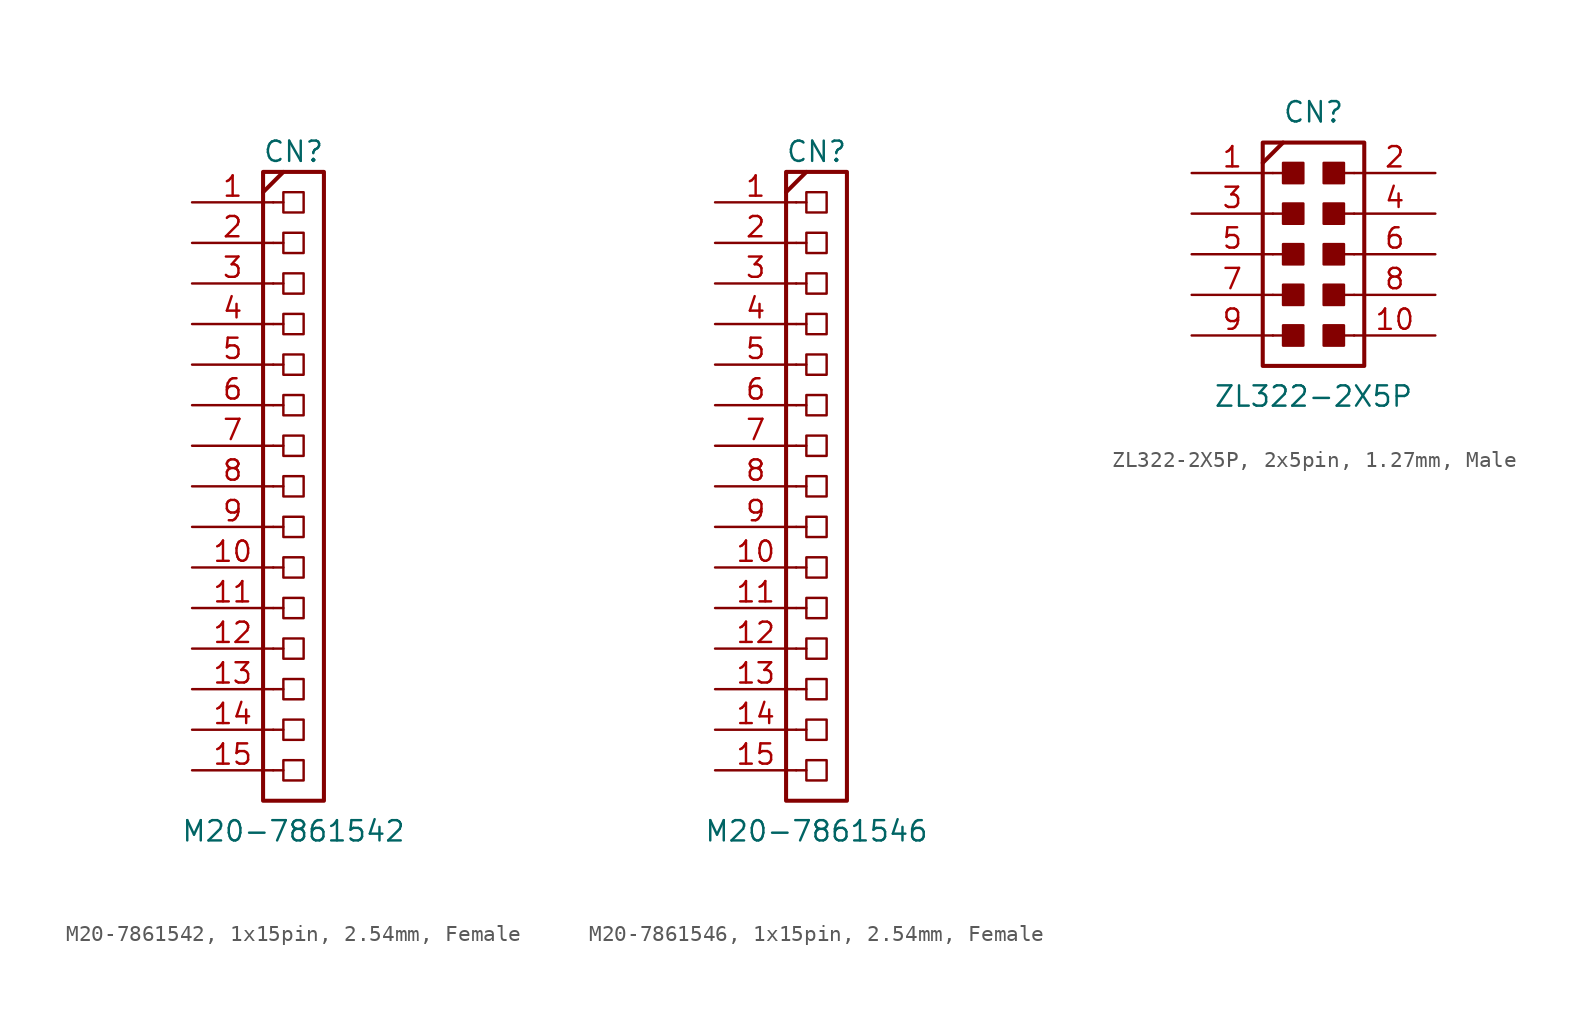
<source format=kicad_sym>
(kicad_symbol_lib
  (version 20241209)
  (generator "kicad_symbol_editor")
  (generator_version "9.0")
  (symbol "M20-7861542, 1x15pin, 2.54mm, Female"
    (pin_names
      (offset 1.016)
      (hide yes))
    (property "Reference" "CN"
      (at 0 20.955 0)
      (effects (font (size 1.27 1.27))))
    (property "Value" "M20-7861542"
      (at 0 -21.59 0)
      (effects (font (size 1.27 1.27))))
    (symbol "M20-7861542, 1x15pin, 2.54mm, Female_1_0"
      (polyline (pts (xy -1.905 18.415) (xy -0.635 19.685)) (stroke (width 0.254) (type default)) (fill (type none)))
      (polyline (pts (xy -1.27 17.78) (xy -0.635 17.78)) (stroke (width 0) (type default)) (fill (type none)))
      (polyline (pts (xy -1.27 15.24) (xy -0.635 15.24)) (stroke (width 0) (type default)) (fill (type none)))
      (polyline (pts (xy -1.27 12.7) (xy -0.635 12.7)) (stroke (width 0) (type default)) (fill (type none)))
      (polyline (pts (xy -1.27 10.16) (xy -0.635 10.16)) (stroke (width 0) (type default)) (fill (type none)))
      (polyline (pts (xy -1.27 7.62) (xy -0.635 7.62)) (stroke (width 0) (type default)) (fill (type none)))
      (polyline (pts (xy -1.27 5.08) (xy -0.635 5.08)) (stroke (width 0) (type default)) (fill (type none)))
      (polyline (pts (xy -1.27 2.54) (xy -0.635 2.54)) (stroke (width 0) (type default)) (fill (type none)))
      (polyline (pts (xy -1.27 0) (xy -0.635 0)) (stroke (width 0) (type default)) (fill (type none)))
      (polyline (pts (xy -1.27 -2.54) (xy -0.635 -2.54)) (stroke (width 0) (type default)) (fill (type none)))
      (polyline (pts (xy -1.27 -5.08) (xy -0.635 -5.08)) (stroke (width 0) (type default)) (fill (type none)))
      (polyline (pts (xy -1.27 -7.62) (xy -0.635 -7.62)) (stroke (width 0) (type default)) (fill (type none)))
      (polyline (pts (xy -1.27 -10.16) (xy -0.635 -10.16)) (stroke (width 0) (type default)) (fill (type none)))
      (polyline (pts (xy -1.27 -12.7) (xy -0.635 -12.7)) (stroke (width 0) (type default)) (fill (type none)))
      (polyline (pts (xy -1.27 -15.24) (xy -0.635 -15.24)) (stroke (width 0) (type default)) (fill (type none)))
      (polyline (pts (xy -1.27 -17.78) (xy -0.635 -17.78)) (stroke (width 0) (type default)) (fill (type none))))
    (symbol "M20-7861542, 1x15pin, 2.54mm, Female_1_1"
      (rectangle (start -1.905 19.685) (end 1.905 -19.685) (stroke (width 0.254) (type default)) (fill (type none)))
      (rectangle (start -0.635 17.145) (end 0.635 18.415) (stroke (width 0) (type default)) (fill (type none)))
      (rectangle (start -0.635 14.605) (end 0.635 15.875) (stroke (width 0) (type default)) (fill (type none)))
      (rectangle (start -0.635 12.065) (end 0.635 13.335) (stroke (width 0) (type default)) (fill (type none)))
      (rectangle (start -0.635 9.525) (end 0.635 10.795) (stroke (width 0) (type default)) (fill (type none)))
      (rectangle (start -0.635 6.985) (end 0.635 8.255) (stroke (width 0) (type default)) (fill (type none)))
      (rectangle (start -0.635 4.445) (end 0.635 5.715) (stroke (width 0) (type default)) (fill (type none)))
      (rectangle (start -0.635 1.905) (end 0.635 3.175) (stroke (width 0) (type default)) (fill (type none)))
      (rectangle (start -0.635 -0.635) (end 0.635 0.635) (stroke (width 0) (type default)) (fill (type none)))
      (rectangle (start -0.635 -3.175) (end 0.635 -1.905) (stroke (width 0) (type default)) (fill (type none)))
      (rectangle (start -0.635 -5.715) (end 0.635 -4.445) (stroke (width 0) (type default)) (fill (type none)))
      (rectangle (start -0.635 -8.255) (end 0.635 -6.985) (stroke (width 0) (type default)) (fill (type none)))
      (rectangle (start -0.635 -10.795) (end 0.635 -9.525) (stroke (width 0) (type default)) (fill (type none)))
      (rectangle (start -0.635 -13.335) (end 0.635 -12.065) (stroke (width 0) (type default)) (fill (type none)))
      (rectangle (start -0.635 -15.875) (end 0.635 -14.605) (stroke (width 0) (type default)) (fill (type none)))
      (rectangle (start -0.635 -18.415) (end 0.635 -17.145) (stroke (width 0) (type default)) (fill (type none)))
      (pin passive line (at -6.35 17.78 0) (length 5.08) (name "1" (effects (font (size 1.27 1.27)))) (number "1" (effects (font (size 1.27 1.27)))))
      (pin passive line (at -6.35 15.24 0) (length 5.08) (name "2" (effects (font (size 1.27 1.27)))) (number "2" (effects (font (size 1.27 1.27)))))
      (pin passive line (at -6.35 12.7 0) (length 5.08) (name "3" (effects (font (size 1.27 1.27)))) (number "3" (effects (font (size 1.27 1.27)))))
      (pin passive line (at -6.35 10.16 0) (length 5.08) (name "4" (effects (font (size 1.27 1.27)))) (number "4" (effects (font (size 1.27 1.27)))))
      (pin passive line (at -6.35 7.62 0) (length 5.08) (name "5" (effects (font (size 1.27 1.27)))) (number "5" (effects (font (size 1.27 1.27)))))
      (pin passive line (at -6.35 5.08 0) (length 5.08) (name "6" (effects (font (size 1.27 1.27)))) (number "6" (effects (font (size 1.27 1.27)))))
      (pin passive line (at -6.35 2.54 0) (length 5.08) (name "7" (effects (font (size 1.27 1.27)))) (number "7" (effects (font (size 1.27 1.27)))))
      (pin passive line (at -6.35 0 0) (length 5.08) (name "8" (effects (font (size 1.27 1.27)))) (number "8" (effects (font (size 1.27 1.27)))))
      (pin passive line (at -6.35 -2.54 0) (length 5.08) (name "1" (effects (font (size 1.27 1.27)))) (number "9" (effects (font (size 1.27 1.27)))))
      (pin passive line (at -6.35 -5.08 0) (length 5.08) (name "5" (effects (font (size 1.27 1.27)))) (number "10" (effects (font (size 1.27 1.27)))))
      (pin passive line (at -6.35 -7.62 0) (length 5.08) (name "2" (effects (font (size 1.27 1.27)))) (number "11" (effects (font (size 1.27 1.27)))))
      (pin passive line (at -6.35 -10.16 0) (length 5.08) (name "3" (effects (font (size 1.27 1.27)))) (number "12" (effects (font (size 1.27 1.27)))))
      (pin passive line (at -6.35 -12.7 0) (length 5.08) (name "6" (effects (font (size 1.27 1.27)))) (number "13" (effects (font (size 1.27 1.27)))))
      (pin passive line (at -6.35 -15.24 0) (length 5.08) (name "7" (effects (font (size 1.27 1.27)))) (number "14" (effects (font (size 1.27 1.27)))))
      (pin passive line (at -6.35 -17.78 0) (length 5.08) (name "4" (effects (font (size 1.27 1.27)))) (number "15" (effects (font (size 1.27 1.27)))))))
  (symbol "M20-7861546, 1x15pin, 2.54mm, Female"
    (pin_names
      (offset 1.016)
      (hide yes))
    (property "Reference" "CN"
      (at 0 20.955 0)
      (effects (font (size 1.27 1.27))))
    (property "Value" "M20-7861546"
      (at 0 -21.59 0)
      (effects (font (size 1.27 1.27))))
    (symbol "M20-7861546, 1x15pin, 2.54mm, Female_1_0"
      (polyline (pts (xy -1.905 18.415) (xy -0.635 19.685)) (stroke (width 0.254) (type default)) (fill (type none)))
      (polyline (pts (xy -1.27 17.78) (xy -0.635 17.78)) (stroke (width 0) (type default)) (fill (type none)))
      (polyline (pts (xy -1.27 15.24) (xy -0.635 15.24)) (stroke (width 0) (type default)) (fill (type none)))
      (polyline (pts (xy -1.27 12.7) (xy -0.635 12.7)) (stroke (width 0) (type default)) (fill (type none)))
      (polyline (pts (xy -1.27 10.16) (xy -0.635 10.16)) (stroke (width 0) (type default)) (fill (type none)))
      (polyline (pts (xy -1.27 7.62) (xy -0.635 7.62)) (stroke (width 0) (type default)) (fill (type none)))
      (polyline (pts (xy -1.27 5.08) (xy -0.635 5.08)) (stroke (width 0) (type default)) (fill (type none)))
      (polyline (pts (xy -1.27 2.54) (xy -0.635 2.54)) (stroke (width 0) (type default)) (fill (type none)))
      (polyline (pts (xy -1.27 0) (xy -0.635 0)) (stroke (width 0) (type default)) (fill (type none)))
      (polyline (pts (xy -1.27 -2.54) (xy -0.635 -2.54)) (stroke (width 0) (type default)) (fill (type none)))
      (polyline (pts (xy -1.27 -5.08) (xy -0.635 -5.08)) (stroke (width 0) (type default)) (fill (type none)))
      (polyline (pts (xy -1.27 -7.62) (xy -0.635 -7.62)) (stroke (width 0) (type default)) (fill (type none)))
      (polyline (pts (xy -1.27 -10.16) (xy -0.635 -10.16)) (stroke (width 0) (type default)) (fill (type none)))
      (polyline (pts (xy -1.27 -12.7) (xy -0.635 -12.7)) (stroke (width 0) (type default)) (fill (type none)))
      (polyline (pts (xy -1.27 -15.24) (xy -0.635 -15.24)) (stroke (width 0) (type default)) (fill (type none)))
      (polyline (pts (xy -1.27 -17.78) (xy -0.635 -17.78)) (stroke (width 0) (type default)) (fill (type none))))
    (symbol "M20-7861546, 1x15pin, 2.54mm, Female_1_1"
      (rectangle (start -1.905 19.685) (end 1.905 -19.685) (stroke (width 0.254) (type default)) (fill (type none)))
      (rectangle (start -0.635 17.145) (end 0.635 18.415) (stroke (width 0) (type default)) (fill (type none)))
      (rectangle (start -0.635 14.605) (end 0.635 15.875) (stroke (width 0) (type default)) (fill (type none)))
      (rectangle (start -0.635 12.065) (end 0.635 13.335) (stroke (width 0) (type default)) (fill (type none)))
      (rectangle (start -0.635 9.525) (end 0.635 10.795) (stroke (width 0) (type default)) (fill (type none)))
      (rectangle (start -0.635 6.985) (end 0.635 8.255) (stroke (width 0) (type default)) (fill (type none)))
      (rectangle (start -0.635 4.445) (end 0.635 5.715) (stroke (width 0) (type default)) (fill (type none)))
      (rectangle (start -0.635 1.905) (end 0.635 3.175) (stroke (width 0) (type default)) (fill (type none)))
      (rectangle (start -0.635 -0.635) (end 0.635 0.635) (stroke (width 0) (type default)) (fill (type none)))
      (rectangle (start -0.635 -3.175) (end 0.635 -1.905) (stroke (width 0) (type default)) (fill (type none)))
      (rectangle (start -0.635 -5.715) (end 0.635 -4.445) (stroke (width 0) (type default)) (fill (type none)))
      (rectangle (start -0.635 -8.255) (end 0.635 -6.985) (stroke (width 0) (type default)) (fill (type none)))
      (rectangle (start -0.635 -10.795) (end 0.635 -9.525) (stroke (width 0) (type default)) (fill (type none)))
      (rectangle (start -0.635 -13.335) (end 0.635 -12.065) (stroke (width 0) (type default)) (fill (type none)))
      (rectangle (start -0.635 -15.875) (end 0.635 -14.605) (stroke (width 0) (type default)) (fill (type none)))
      (rectangle (start -0.635 -17.145) (end 0.635 -18.415) (stroke (width 0) (type default)) (fill (type none)))
      (pin passive line (at -6.35 17.78 0) (length 5.08) (name "1" (effects (font (size 1.27 1.27)))) (number "1" (effects (font (size 1.27 1.27)))))
      (pin passive line (at -6.35 15.24 0) (length 5.08) (name "2" (effects (font (size 1.27 1.27)))) (number "2" (effects (font (size 1.27 1.27)))))
      (pin passive line (at -6.35 12.7 0) (length 5.08) (name "3" (effects (font (size 1.27 1.27)))) (number "3" (effects (font (size 1.27 1.27)))))
      (pin passive line (at -6.35 10.16 0) (length 5.08) (name "4" (effects (font (size 1.27 1.27)))) (number "4" (effects (font (size 1.27 1.27)))))
      (pin passive line (at -6.35 7.62 0) (length 5.08) (name "5" (effects (font (size 1.27 1.27)))) (number "5" (effects (font (size 1.27 1.27)))))
      (pin passive line (at -6.35 5.08 0) (length 5.08) (name "6" (effects (font (size 1.27 1.27)))) (number "6" (effects (font (size 1.27 1.27)))))
      (pin passive line (at -6.35 2.54 0) (length 5.08) (name "7" (effects (font (size 1.27 1.27)))) (number "7" (effects (font (size 1.27 1.27)))))
      (pin passive line (at -6.35 0 0) (length 5.08) (name "8" (effects (font (size 1.27 1.27)))) (number "8" (effects (font (size 1.27 1.27)))))
      (pin passive line (at -6.35 -2.54 0) (length 5.08) (name "1" (effects (font (size 1.27 1.27)))) (number "9" (effects (font (size 1.27 1.27)))))
      (pin passive line (at -6.35 -5.08 0) (length 5.08) (name "5" (effects (font (size 1.27 1.27)))) (number "10" (effects (font (size 1.27 1.27)))))
      (pin passive line (at -6.35 -7.62 0) (length 5.08) (name "2" (effects (font (size 1.27 1.27)))) (number "11" (effects (font (size 1.27 1.27)))))
      (pin passive line (at -6.35 -10.16 0) (length 5.08) (name "3" (effects (font (size 1.27 1.27)))) (number "12" (effects (font (size 1.27 1.27)))))
      (pin passive line (at -6.35 -12.7 0) (length 5.08) (name "6" (effects (font (size 1.27 1.27)))) (number "13" (effects (font (size 1.27 1.27)))))
      (pin passive line (at -6.35 -15.24 0) (length 5.08) (name "7" (effects (font (size 1.27 1.27)))) (number "14" (effects (font (size 1.27 1.27)))))
      (pin passive line (at -6.35 -17.78 0) (length 5.08) (name "4" (effects (font (size 1.27 1.27)))) (number "15" (effects (font (size 1.27 1.27)))))))
  (symbol "ZL322-2X5P, 2x5pin, 1.27mm, Male"
    (pin_names
      (offset 1.016)
      (hide yes))
    (property "Reference" "CN"
      (at 0 8.89 0)
      (effects (font (size 1.27 1.27))))
    (property "Value" "ZL322-2X5P"
      (at 0 -8.89 0)
      (effects (font (size 1.27 1.27))))
    (symbol "ZL322-2X5P, 2x5pin, 1.27mm, Male_1_0"
      (polyline (pts (xy -3.175 5.715) (xy -1.905 6.985)) (stroke (width 0.254) (type default)) (fill (type none)))
      (polyline (pts (xy -2.54 5.08) (xy -1.27 5.08)) (stroke (width 0) (type default)) (fill (type none)))
      (polyline (pts (xy -2.54 2.54) (xy -1.27 2.54)) (stroke (width 0) (type default)) (fill (type none)))
      (polyline (pts (xy -2.54 0) (xy -1.27 0)) (stroke (width 0) (type default)) (fill (type none)))
      (polyline (pts (xy -2.54 -2.54) (xy -1.27 -2.54)) (stroke (width 0) (type default)) (fill (type none)))
      (polyline (pts (xy -2.54 -5.08) (xy -1.27 -5.08)) (stroke (width 0) (type default)) (fill (type none)))
      (polyline (pts (xy 2.54 5.08) (xy 1.27 5.08)) (stroke (width 0) (type default)) (fill (type none)))
      (polyline (pts (xy 2.54 2.54) (xy 1.27 2.54)) (stroke (width 0) (type default)) (fill (type none)))
      (polyline (pts (xy 2.54 0) (xy 1.27 0)) (stroke (width 0) (type default)) (fill (type none)))
      (polyline (pts (xy 2.54 -2.54) (xy 1.27 -2.54)) (stroke (width 0) (type default)) (fill (type none)))
      (polyline (pts (xy 2.54 -5.08) (xy 1.27 -5.08)) (stroke (width 0) (type default)) (fill (type none))))
    (symbol "ZL322-2X5P, 2x5pin, 1.27mm, Male_1_1"
      (rectangle (start -3.175 6.985) (end 3.175 -6.985) (stroke (width 0.254) (type default)) (fill (type none)))
      (rectangle (start -1.905 4.445) (end -0.635 5.715) (stroke (width 0) (type default)) (fill (type outline)))
      (rectangle (start -1.905 1.905) (end -0.635 3.175) (stroke (width 0) (type default)) (fill (type outline)))
      (rectangle (start -1.905 -0.635) (end -0.635 0.635) (stroke (width 0) (type default)) (fill (type outline)))
      (rectangle (start -1.905 -3.175) (end -0.635 -1.905) (stroke (width 0) (type default)) (fill (type outline)))
      (rectangle (start -1.905 -5.715) (end -0.635 -4.445) (stroke (width 0) (type default)) (fill (type outline)))
      (rectangle (start 0.635 4.445) (end 1.905 5.715) (stroke (width 0) (type default)) (fill (type outline)))
      (rectangle (start 0.635 1.905) (end 1.905 3.175) (stroke (width 0) (type default)) (fill (type outline)))
      (rectangle (start 0.635 -0.635) (end 1.905 0.635) (stroke (width 0) (type default)) (fill (type outline)))
      (rectangle (start 0.635 -3.175) (end 1.905 -1.905) (stroke (width 0) (type default)) (fill (type outline)))
      (rectangle (start 0.635 -5.715) (end 1.905 -4.445) (stroke (width 0) (type default)) (fill (type outline)))
      (pin passive line (at -7.62 5.08 0) (length 5.08) (name "1" (effects (font (size 1.27 1.27)))) (number "1" (effects (font (size 1.27 1.27)))))
      (pin passive line (at -7.62 2.54 0) (length 5.08) (name "3" (effects (font (size 1.27 1.27)))) (number "3" (effects (font (size 1.27 1.27)))))
      (pin passive line (at -7.62 0 0) (length 5.08) (name "5" (effects (font (size 1.27 1.27)))) (number "5" (effects (font (size 1.27 1.27)))))
      (pin passive line (at -7.62 -2.54 0) (length 5.08) (name "7" (effects (font (size 1.27 1.27)))) (number "7" (effects (font (size 1.27 1.27)))))
      (pin passive line (at -7.62 -5.08 0) (length 5.08) (name "9" (effects (font (size 1.27 1.27)))) (number "9" (effects (font (size 1.27 1.27)))))
      (pin passive line (at 7.62 5.08 180) (length 5.08) (name "2" (effects (font (size 1.27 1.27)))) (number "2" (effects (font (size 1.27 1.27)))))
      (pin passive line (at 7.62 2.54 180) (length 5.08) (name "4" (effects (font (size 1.27 1.27)))) (number "4" (effects (font (size 1.27 1.27)))))
      (pin passive line (at 7.62 0 180) (length 5.08) (name "6" (effects (font (size 1.27 1.27)))) (number "6" (effects (font (size 1.27 1.27)))))
      (pin passive line (at 7.62 -2.54 180) (length 5.08) (name "8" (effects (font (size 1.27 1.27)))) (number "8" (effects (font (size 1.27 1.27)))))
      (pin passive line (at 7.62 -5.08 180) (length 5.08) (name "10" (effects (font (size 1.27 1.27)))) (number "10" (effects (font (size 1.27 1.27))))))))
</source>
